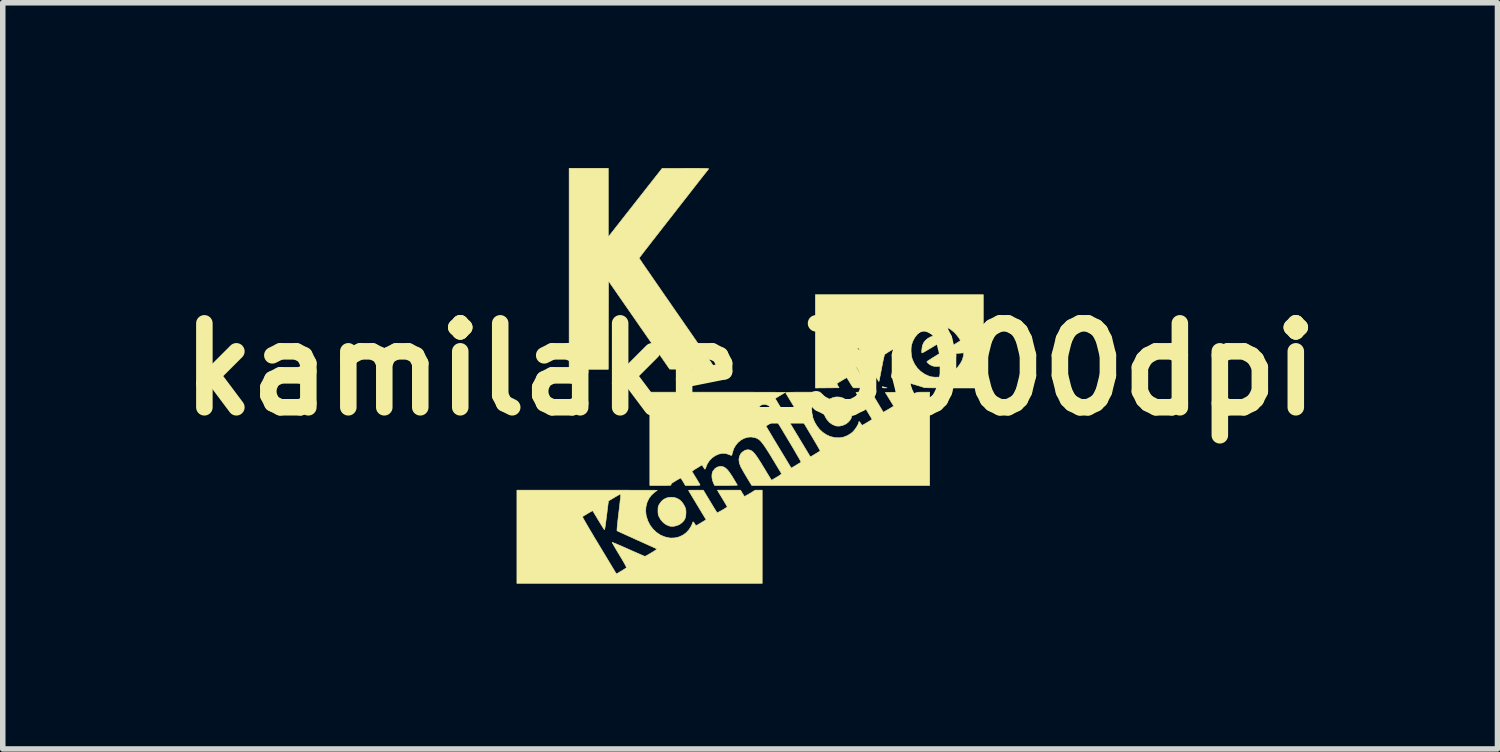
<source format=kicad_pcb>
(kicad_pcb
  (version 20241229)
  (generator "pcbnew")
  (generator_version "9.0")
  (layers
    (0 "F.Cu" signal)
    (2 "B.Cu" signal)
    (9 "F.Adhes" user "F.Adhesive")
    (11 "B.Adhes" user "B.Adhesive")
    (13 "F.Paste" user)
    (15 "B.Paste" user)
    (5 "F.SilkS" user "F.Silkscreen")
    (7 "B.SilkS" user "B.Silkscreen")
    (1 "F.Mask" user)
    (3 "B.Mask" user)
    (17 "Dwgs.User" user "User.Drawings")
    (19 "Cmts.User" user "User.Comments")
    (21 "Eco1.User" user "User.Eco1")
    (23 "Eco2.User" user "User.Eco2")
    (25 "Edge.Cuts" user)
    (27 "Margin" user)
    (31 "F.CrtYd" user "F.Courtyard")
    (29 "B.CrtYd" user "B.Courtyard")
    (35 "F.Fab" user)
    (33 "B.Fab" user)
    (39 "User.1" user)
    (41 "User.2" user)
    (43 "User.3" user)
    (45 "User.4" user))
  (footprint "kamilake_3000dpi"
    (layer "F.Cu")
    (at 10.566 3.654)
    (property "Reference" "kamilake_3000dpi" (at 0 0 0) (layer "F.SilkS") (effects (font (size 1.524 1.524) (thickness 0.3))))
    (attr through_hole)
    (fp_poly (pts (xy 2.43 0.321) (xy 2.444 0.325) (xy 2.485 0.337) (xy 2.445 0.338) (xy 2.421 0.337) (xy 2.404 0.332) (xy 2.4 0.33) (xy 2.397 0.319) (xy 2.407 0.316) (xy 2.43 0.321)) (stroke (width 0.01) (type solid)) (fill yes) (layer "F.SilkS"))
    (fp_poly (pts (xy -0.514 1.763) (xy -0.485 1.77) (xy -0.456 1.785) (xy -0.426 1.809) (xy -0.395 1.843) (xy -0.361 1.89) (xy -0.322 1.949) (xy -0.291 2.001) (xy -0.269 2.037) (xy -0.251 2.068) (xy -0.238 2.09) (xy -0.231 2.101) (xy -0.231 2.102) (xy -0.238 2.104) (xy -0.26 2.105) (xy -0.294 2.106) (xy -0.339 2.107) (xy -0.391 2.108) (xy -0.436 2.108) (xy -0.644 2.108) (xy -0.667 2.06) (xy -0.684 2.01) (xy -0.693 1.958) (xy -0.692 1.909) (xy -0.683 1.866) (xy -0.676 1.851) (xy -0.641 1.806) (xy -0.6 1.777) (xy -0.552 1.763) (xy -0.547 1.763) (xy -0.514 1.763)) (stroke (width 0.01) (type solid)) (fill yes) (layer "F.SilkS"))
    (fp_poly (pts (xy 3.426 -0.61) (xy 3.454 -0.603) (xy 3.484 -0.592) (xy 3.513 -0.578) (xy 3.535 -0.566) (xy 3.546 -0.555) (xy 3.547 -0.552) (xy 3.54 -0.546) (xy 3.521 -0.534) (xy 3.491 -0.515) (xy 3.454 -0.492) (xy 3.411 -0.465) (xy 3.364 -0.437) (xy 3.316 -0.408) (xy 3.269 -0.38) (xy 3.225 -0.354) (xy 3.186 -0.331) (xy 3.155 -0.313) (xy 3.134 -0.302) (xy 3.125 -0.298) (xy 3.119 -0.299) (xy 3.116 -0.309) (xy 3.116 -0.33) (xy 3.118 -0.362) (xy 3.127 -0.425) (xy 3.147 -0.477) (xy 3.179 -0.521) (xy 3.225 -0.56) (xy 3.23 -0.563) (xy 3.286 -0.593) (xy 3.346 -0.61) (xy 3.406 -0.613) (xy 3.426 -0.61)) (stroke (width 0.01) (type solid)) (fill yes) (layer "F.SilkS"))
    (fp_poly (pts (xy -1.381 2.325) (xy -1.322 2.344) (xy -1.269 2.377) (xy -1.224 2.426) (xy -1.192 2.479) (xy -1.178 2.51) (xy -1.169 2.535) (xy -1.165 2.562) (xy -1.164 2.597) (xy -1.164 2.608) (xy -1.168 2.662) (xy -1.179 2.705) (xy -1.199 2.743) (xy -1.232 2.779) (xy -1.232 2.78) (xy -1.277 2.814) (xy -1.33 2.837) (xy -1.386 2.85) (xy -1.44 2.85) (xy -1.46 2.846) (xy -1.521 2.822) (xy -1.575 2.783) (xy -1.621 2.731) (xy -1.647 2.686) (xy -1.66 2.659) (xy -1.668 2.634) (xy -1.671 2.606) (xy -1.672 2.569) (xy -1.672 2.565) (xy -1.671 2.528) (xy -1.669 2.501) (xy -1.662 2.479) (xy -1.651 2.455) (xy -1.647 2.448) (xy -1.609 2.395) (xy -1.562 2.357) (xy -1.506 2.332) (xy -1.447 2.322) (xy -1.381 2.325)) (stroke (width 0.01) (type solid)) (fill yes) (layer "F.SilkS"))
    (fp_poly (pts (xy 1.633 0.505) (xy 1.692 0.523) (xy 1.745 0.557) (xy 1.79 0.605) (xy 1.822 0.659) (xy 1.836 0.689) (xy 1.845 0.715) (xy 1.849 0.741) (xy 1.85 0.776) (xy 1.85 0.787) (xy 1.847 0.841) (xy 1.836 0.885) (xy 1.815 0.922) (xy 1.782 0.959) (xy 1.782 0.96) (xy 1.737 0.993) (xy 1.684 1.017) (xy 1.628 1.03) (xy 1.574 1.03) (xy 1.554 1.026) (xy 1.493 1.001) (xy 1.439 0.962) (xy 1.394 0.91) (xy 1.367 0.866) (xy 1.354 0.838) (xy 1.347 0.814) (xy 1.343 0.786) (xy 1.342 0.748) (xy 1.342 0.745) (xy 1.343 0.707) (xy 1.346 0.68) (xy 1.352 0.658) (xy 1.363 0.635) (xy 1.367 0.628) (xy 1.405 0.575) (xy 1.452 0.536) (xy 1.508 0.512) (xy 1.567 0.501) (xy 1.633 0.505)) (stroke (width 0.01) (type solid)) (fill yes) (layer "F.SilkS"))
    (fp_poly (pts (xy -2.574 -2.403) (xy -2.085 -3.026) (xy -1.596 -3.648) (xy -1.169 -3.649) (xy -1.073 -3.649) (xy -0.993 -3.649) (xy -0.927 -3.649) (xy -0.874 -3.648) (xy -0.832 -3.648) (xy -0.801 -3.647) (xy -0.779 -3.646) (xy -0.764 -3.644) (xy -0.756 -3.642) (xy -0.753 -3.64) (xy -0.753 -3.637) (xy -0.755 -3.634) (xy -0.764 -3.623) (xy -0.782 -3.6) (xy -0.809 -3.566) (xy -0.844 -3.522) (xy -0.886 -3.469) (xy -0.934 -3.408) (xy -0.987 -3.34) (xy -1.045 -3.265) (xy -1.107 -3.186) (xy -1.172 -3.102) (xy -1.24 -3.016) (xy -1.309 -2.927) (xy -1.379 -2.837) (xy -1.449 -2.747) (xy -1.519 -2.658) (xy -1.587 -2.571) (xy -1.652 -2.487) (xy -1.715 -2.406) (xy -1.774 -2.331) (xy -1.828 -2.261) (xy -1.877 -2.198) (xy -1.92 -2.143) (xy -1.955 -2.097) (xy -1.983 -2.06) (xy -2.003 -2.035) (xy -2.014 -2.021) (xy -2.015 -2.019) (xy -2.01 -2.011) (xy -1.996 -1.991) (xy -1.974 -1.958) (xy -1.944 -1.913) (xy -1.906 -1.858) (xy -1.861 -1.793) (xy -1.809 -1.718) (xy -1.752 -1.635) (xy -1.69 -1.545) (xy -1.622 -1.447) (xy -1.551 -1.344) (xy -1.475 -1.235) (xy -1.397 -1.121) (xy -1.321 -1.012) (xy -1.24 -0.895) (xy -1.161 -0.781) (xy -1.086 -0.673) (xy -1.015 -0.57) (xy -0.948 -0.472) (xy -0.886 -0.382) (xy -0.829 -0.3) (xy -0.778 -0.226) (xy -0.733 -0.161) (xy -0.696 -0.107) (xy -0.666 -0.063) (xy -0.644 -0.031) (xy -0.631 -0.011) (xy -0.627 -0.005) (xy -0.635 -0.004) (xy -0.658 -0.003) (xy -0.695 -0.002) (xy -0.745 -0.002) (xy -0.805 -0.002) (xy -0.873 -0.002) (xy -0.949 -0.002) (xy -1.031 -0.002) (xy -1.043 -0.002) (xy -1.46 -0.004) (xy -2.015 -0.803) (xy -2.57 -1.603) (xy -2.572 -0.801) (xy -2.574 0) (xy -3.285 0) (xy -3.285 -3.649) (xy -2.574 -3.649) (xy -2.574 -2.403)) (stroke (width 0.01) (type solid)) (fill yes) (layer "F.SilkS"))
    (fp_poly (pts (xy 4.233 0.339) (xy 3.696 0.339) (xy 3.602 0.339) (xy 3.514 0.338) (xy 3.432 0.338) (xy 3.358 0.337) (xy 3.293 0.336) (xy 3.24 0.335) (xy 3.199 0.334) (xy 3.171 0.333) (xy 3.159 0.332) (xy 3.158 0.332) (xy 3.15 0.328) (xy 3.128 0.32) (xy 3.093 0.309) (xy 3.047 0.295) (xy 2.992 0.279) (xy 2.93 0.26) (xy 2.862 0.241) (xy 2.862 0.241) (xy 2.781 0.218) (xy 2.716 0.199) (xy 2.664 0.183) (xy 2.625 0.171) (xy 2.597 0.161) (xy 2.579 0.153) (xy 2.568 0.147) (xy 2.565 0.143) (xy 2.567 0.131) (xy 2.571 0.105) (xy 2.578 0.067) (xy 2.587 0.018) (xy 2.597 -0.039) (xy 2.609 -0.102) (xy 2.616 -0.136) (xy 2.628 -0.201) (xy 2.639 -0.26) (xy 2.649 -0.312) (xy 2.651 -0.327) (xy 2.922 -0.327) (xy 2.927 -0.268) (xy 2.936 -0.214) (xy 2.945 -0.183) (xy 2.984 -0.097) (xy 3.036 -0.022) (xy 3.099 0.04) (xy 3.172 0.09) (xy 3.255 0.127) (xy 3.26 0.128) (xy 3.304 0.138) (xy 3.359 0.143) (xy 3.416 0.142) (xy 3.469 0.137) (xy 3.496 0.131) (xy 3.575 0.104) (xy 3.648 0.064) (xy 3.715 0.014) (xy 3.772 -0.043) (xy 3.819 -0.107) (xy 3.854 -0.174) (xy 3.873 -0.243) (xy 3.875 -0.257) (xy 3.88 -0.299) (xy 3.805 -0.293) (xy 3.758 -0.289) (xy 3.725 -0.285) (xy 3.702 -0.28) (xy 3.687 -0.272) (xy 3.677 -0.26) (xy 3.667 -0.242) (xy 3.661 -0.227) (xy 3.631 -0.179) (xy 3.591 -0.133) (xy 3.543 -0.095) (xy 3.494 -0.069) (xy 3.492 -0.068) (xy 3.443 -0.056) (xy 3.39 -0.051) (xy 3.34 -0.055) (xy 3.298 -0.066) (xy 3.298 -0.067) (xy 3.27 -0.082) (xy 3.243 -0.1) (xy 3.222 -0.118) (xy 3.21 -0.134) (xy 3.209 -0.138) (xy 3.216 -0.145) (xy 3.236 -0.159) (xy 3.268 -0.179) (xy 3.309 -0.206) (xy 3.36 -0.237) (xy 3.417 -0.273) (xy 3.479 -0.311) (xy 3.51 -0.329) (xy 3.575 -0.368) (xy 3.635 -0.405) (xy 3.689 -0.438) (xy 3.735 -0.467) (xy 3.772 -0.49) (xy 3.799 -0.507) (xy 3.813 -0.516) (xy 3.815 -0.518) (xy 3.814 -0.53) (xy 3.803 -0.552) (xy 3.784 -0.579) (xy 3.76 -0.611) (xy 3.733 -0.643) (xy 3.705 -0.673) (xy 3.705 -0.673) (xy 3.638 -0.727) (xy 3.561 -0.768) (xy 3.48 -0.792) (xy 3.401 -0.801) (xy 3.321 -0.794) (xy 3.243 -0.773) (xy 3.169 -0.74) (xy 3.101 -0.695) (xy 3.04 -0.641) (xy 2.99 -0.578) (xy 2.952 -0.508) (xy 2.929 -0.435) (xy 2.923 -0.385) (xy 2.922 -0.327) (xy 2.651 -0.327) (xy 2.656 -0.353) (xy 2.661 -0.384) (xy 2.664 -0.401) (xy 2.664 -0.404) (xy 2.656 -0.4) (xy 2.637 -0.39) (xy 2.61 -0.374) (xy 2.578 -0.355) (xy 2.543 -0.334) (xy 2.509 -0.314) (xy 2.48 -0.295) (xy 2.457 -0.28) (xy 2.444 -0.271) (xy 2.443 -0.27) (xy 2.438 -0.259) (xy 2.432 -0.233) (xy 2.423 -0.195) (xy 2.413 -0.148) (xy 2.402 -0.092) (xy 2.39 -0.032) (xy 2.388 -0.021) (xy 2.376 0.04) (xy 2.366 0.095) (xy 2.356 0.143) (xy 2.349 0.181) (xy 2.343 0.207) (xy 2.34 0.219) (xy 2.34 0.219) (xy 2.339 0.221) (xy 2.339 0.222) (xy 2.337 0.221) (xy 2.334 0.218) (xy 2.329 0.21) (xy 2.321 0.198) (xy 2.309 0.178) (xy 2.292 0.151) (xy 2.27 0.114) (xy 2.242 0.067) (xy 2.207 0.009) (xy 2.164 -0.063) (xy 2.151 -0.085) (xy 2.112 -0.149) (xy 2.076 -0.209) (xy 2.043 -0.263) (xy 2.016 -0.309) (xy 1.993 -0.346) (xy 1.977 -0.372) (xy 1.969 -0.386) (xy 1.968 -0.388) (xy 1.96 -0.385) (xy 1.941 -0.375) (xy 1.913 -0.359) (xy 1.879 -0.339) (xy 1.876 -0.337) (xy 1.832 -0.31) (xy 1.804 -0.29) (xy 1.791 -0.276) (xy 1.789 -0.271) (xy 1.794 -0.261) (xy 1.807 -0.238) (xy 1.827 -0.205) (xy 1.852 -0.161) (xy 1.883 -0.109) (xy 1.918 -0.051) (xy 1.956 0.012) (xy 1.972 0.038) (xy 2.151 0.334) (xy 2.018 0.337) (xy 1.971 0.337) (xy 1.931 0.337) (xy 1.899 0.337) (xy 1.88 0.336) (xy 1.875 0.335) (xy 1.867 0.327) (xy 1.853 0.307) (xy 1.834 0.278) (xy 1.813 0.244) (xy 1.812 0.242) (xy 1.792 0.208) (xy 1.774 0.18) (xy 1.761 0.16) (xy 1.755 0.152) (xy 1.754 0.152) (xy 1.745 0.156) (xy 1.725 0.167) (xy 1.698 0.183) (xy 1.667 0.201) (xy 1.636 0.22) (xy 1.608 0.237) (xy 1.587 0.251) (xy 1.576 0.259) (xy 1.575 0.261) (xy 1.579 0.27) (xy 1.589 0.289) (xy 1.595 0.3) (xy 1.615 0.335) (xy 1.185 0.339) (xy 1.185 -1.355) (xy 4.233 -1.355) (xy 4.233 0.339)) (stroke (width 0.01) (type solid)) (fill yes) (layer "F.SilkS"))
    (fp_poly (pts (xy -2.812 2.193) (xy -2.671 2.193) (xy -2.536 2.193) (xy -2.408 2.193) (xy -2.287 2.193) (xy -2.174 2.194) (xy -2.071 2.194) (xy -1.978 2.194) (xy -1.896 2.194) (xy -1.826 2.195) (xy -1.769 2.195) (xy -1.726 2.195) (xy -1.698 2.196) (xy -1.686 2.196) (xy -1.686 2.196) (xy -1.694 2.203) (xy -1.712 2.216) (xy -1.736 2.234) (xy -1.74 2.237) (xy -1.795 2.288) (xy -1.839 2.349) (xy -1.871 2.419) (xy -1.89 2.494) (xy -1.895 2.573) (xy -1.887 2.652) (xy -1.884 2.663) (xy -1.856 2.751) (xy -1.815 2.831) (xy -1.762 2.901) (xy -1.699 2.96) (xy -1.628 3.008) (xy -1.55 3.041) (xy -1.467 3.06) (xy -1.443 3.063) (xy -1.365 3.06) (xy -1.289 3.042) (xy -1.22 3.01) (xy -1.158 2.965) (xy -1.106 2.907) (xy -1.071 2.851) (xy -1.057 2.822) (xy -1.047 2.797) (xy -1.042 2.782) (xy -1.041 2.78) (xy -1.038 2.769) (xy -1.029 2.772) (xy -1.015 2.788) (xy -1.007 2.802) (xy -0.994 2.823) (xy -0.983 2.835) (xy -0.98 2.836) (xy -0.97 2.832) (xy -0.949 2.821) (xy -0.92 2.804) (xy -0.886 2.783) (xy -0.885 2.783) (xy -0.798 2.73) (xy -0.958 2.465) (xy -0.994 2.405) (xy -1.028 2.349) (xy -1.057 2.3) (xy -1.082 2.258) (xy -1.101 2.226) (xy -1.113 2.205) (xy -1.118 2.197) (xy -1.118 2.197) (xy -1.11 2.196) (xy -1.088 2.194) (xy -1.054 2.193) (xy -1.012 2.193) (xy -0.983 2.193) (xy -0.849 2.193) (xy -0.728 2.394) (xy -0.696 2.447) (xy -0.667 2.495) (xy -0.642 2.536) (xy -0.621 2.569) (xy -0.607 2.592) (xy -0.601 2.602) (xy -0.601 2.602) (xy -0.592 2.601) (xy -0.572 2.592) (xy -0.545 2.578) (xy -0.514 2.561) (xy -0.482 2.542) (xy -0.453 2.524) (xy -0.43 2.509) (xy -0.417 2.499) (xy -0.415 2.496) (xy -0.419 2.487) (xy -0.431 2.466) (xy -0.449 2.435) (xy -0.471 2.398) (xy -0.494 2.36) (xy -0.52 2.317) (xy -0.544 2.278) (xy -0.564 2.245) (xy -0.577 2.222) (xy -0.583 2.212) (xy -0.593 2.193) (xy -0.173 2.193) (xy -0.141 2.248) (xy -0.124 2.275) (xy -0.111 2.296) (xy -0.103 2.306) (xy -0.103 2.307) (xy -0.094 2.304) (xy -0.073 2.293) (xy -0.044 2.277) (xy -0.009 2.256) (xy -0.001 2.252) (xy 0.094 2.193) (xy 0.22 2.193) (xy 0.22 3.886) (xy -4.233 3.886) (xy -4.233 2.676) (xy -3.043 2.676) (xy -3.04 2.684) (xy -3.028 2.706) (xy -3.01 2.739) (xy -2.984 2.784) (xy -2.953 2.838) (xy -2.916 2.901) (xy -2.874 2.971) (xy -2.829 3.048) (xy -2.779 3.13) (xy -2.738 3.198) (xy -2.427 3.714) (xy -2.341 3.664) (xy -2.307 3.643) (xy -2.277 3.624) (xy -2.256 3.61) (xy -2.246 3.603) (xy -2.245 3.597) (xy -2.25 3.584) (xy -2.26 3.562) (xy -2.277 3.531) (xy -2.301 3.488) (xy -2.333 3.434) (xy -2.371 3.371) (xy -2.405 3.315) (xy -2.435 3.264) (xy -2.461 3.22) (xy -2.482 3.183) (xy -2.497 3.157) (xy -2.504 3.143) (xy -2.504 3.141) (xy -2.496 3.142) (xy -2.475 3.151) (xy -2.441 3.164) (xy -2.397 3.183) (xy -2.344 3.205) (xy -2.284 3.232) (xy -2.22 3.26) (xy -2.21 3.265) (xy -2.144 3.294) (xy -2.083 3.321) (xy -2.028 3.345) (xy -1.981 3.365) (xy -1.945 3.381) (xy -1.92 3.391) (xy -1.908 3.395) (xy -1.908 3.395) (xy -1.898 3.391) (xy -1.875 3.379) (xy -1.845 3.362) (xy -1.808 3.34) (xy -1.791 3.33) (xy -1.75 3.305) (xy -1.722 3.287) (xy -1.704 3.274) (xy -1.696 3.266) (xy -1.696 3.26) (xy -1.701 3.256) (xy -1.704 3.255) (xy -1.715 3.249) (xy -1.741 3.237) (xy -1.778 3.22) (xy -1.826 3.199) (xy -1.883 3.173) (xy -1.947 3.144) (xy -2.016 3.113) (xy -2.066 3.091) (xy -2.137 3.058) (xy -2.204 3.028) (xy -2.264 3.001) (xy -2.317 2.977) (xy -2.36 2.957) (xy -2.392 2.942) (xy -2.411 2.933) (xy -2.416 2.93) (xy -2.416 2.92) (xy -2.415 2.896) (xy -2.412 2.858) (xy -2.407 2.809) (xy -2.401 2.751) (xy -2.394 2.685) (xy -2.385 2.613) (xy -2.383 2.596) (xy -2.374 2.523) (xy -2.366 2.456) (xy -2.36 2.396) (xy -2.354 2.345) (xy -2.35 2.305) (xy -2.348 2.277) (xy -2.348 2.264) (xy -2.348 2.264) (xy -2.356 2.266) (xy -2.377 2.276) (xy -2.406 2.292) (xy -2.442 2.313) (xy -2.462 2.325) (xy -2.571 2.39) (xy -2.604 2.656) (xy -2.614 2.732) (xy -2.622 2.794) (xy -2.629 2.841) (xy -2.634 2.875) (xy -2.639 2.897) (xy -2.643 2.909) (xy -2.646 2.911) (xy -2.647 2.91) (xy -2.654 2.9) (xy -2.668 2.878) (xy -2.688 2.845) (xy -2.713 2.805) (xy -2.741 2.759) (xy -2.756 2.735) (xy -2.784 2.687) (xy -2.81 2.645) (xy -2.831 2.61) (xy -2.847 2.584) (xy -2.856 2.57) (xy -2.857 2.567) (xy -2.865 2.57) (xy -2.884 2.58) (xy -2.91 2.595) (xy -2.941 2.613) (xy -2.972 2.632) (xy -3.002 2.65) (xy -3.026 2.664) (xy -3.04 2.674) (xy -3.043 2.676) (xy -4.233 2.676) (xy -4.233 2.193) (xy -2.958 2.193) (xy -2.812 2.193)) (stroke (width 0.01) (type solid)) (fill yes) (layer "F.SilkS"))
    (fp_poly (pts (xy -0.45 0.415) (xy -0.312 0.415) (xy -0.179 0.415) (xy -0.054 0.415) (xy 0.065 0.415) (xy 0.174 0.416) (xy 0.275 0.416) (xy 0.365 0.416) (xy 0.444 0.416) (xy 0.51 0.417) (xy 0.563 0.417) (xy 0.603 0.417) (xy 0.627 0.418) (xy 0.635 0.418) (xy 0.628 0.424) (xy 0.609 0.436) (xy 0.582 0.453) (xy 0.548 0.473) (xy 0.546 0.474) (xy 0.512 0.495) (xy 0.484 0.512) (xy 0.465 0.525) (xy 0.457 0.531) (xy 0.457 0.531) (xy 0.461 0.539) (xy 0.474 0.56) (xy 0.494 0.593) (xy 0.52 0.637) (xy 0.553 0.691) (xy 0.59 0.754) (xy 0.633 0.825) (xy 0.679 0.902) (xy 0.729 0.984) (xy 0.776 1.062) (xy 1.095 1.59) (xy 1.18 1.539) (xy 1.214 1.518) (xy 1.243 1.5) (xy 1.264 1.488) (xy 1.273 1.482) (xy 1.269 1.474) (xy 1.258 1.452) (xy 1.239 1.419) (xy 1.214 1.374) (xy 1.182 1.32) (xy 1.145 1.257) (xy 1.103 1.187) (xy 1.057 1.11) (xy 1.008 1.028) (xy 0.965 0.956) (xy 0.913 0.87) (xy 0.864 0.789) (xy 0.818 0.712) (xy 0.776 0.643) (xy 0.738 0.58) (xy 0.706 0.527) (xy 0.68 0.484) (xy 0.661 0.452) (xy 0.649 0.432) (xy 0.646 0.425) (xy 0.648 0.423) (xy 0.658 0.42) (xy 0.677 0.418) (xy 0.706 0.417) (xy 0.747 0.416) (xy 0.8 0.415) (xy 0.868 0.415) (xy 0.952 0.415) (xy 1.269 0.415) (xy 1.229 0.456) (xy 1.185 0.512) (xy 1.151 0.579) (xy 1.13 0.64) (xy 1.119 0.718) (xy 1.122 0.797) (xy 1.139 0.877) (xy 1.169 0.954) (xy 1.211 1.026) (xy 1.262 1.091) (xy 1.323 1.147) (xy 1.391 1.191) (xy 1.456 1.22) (xy 1.54 1.24) (xy 1.622 1.243) (xy 1.699 1.23) (xy 1.772 1.201) (xy 1.84 1.157) (xy 1.863 1.137) (xy 1.888 1.11) (xy 1.914 1.076) (xy 1.938 1.04) (xy 1.958 1.005) (xy 1.97 0.976) (xy 1.973 0.96) (xy 1.976 0.949) (xy 1.986 0.952) (xy 1.999 0.968) (xy 2.008 0.982) (xy 2.02 1.002) (xy 2.031 1.014) (xy 2.034 1.016) (xy 2.044 1.012) (xy 2.065 1) (xy 2.094 0.984) (xy 2.128 0.963) (xy 2.129 0.963) (xy 2.216 0.909) (xy 2.069 0.666) (xy 2.034 0.608) (xy 2.002 0.555) (xy 1.974 0.508) (xy 1.951 0.47) (xy 1.934 0.441) (xy 1.924 0.423) (xy 1.922 0.419) (xy 1.93 0.418) (xy 1.952 0.416) (xy 1.986 0.416) (xy 2.028 0.415) (xy 2.061 0.415) (xy 2.2 0.415) (xy 2.308 0.595) (xy 2.338 0.644) (xy 2.364 0.689) (xy 2.387 0.727) (xy 2.404 0.755) (xy 2.415 0.773) (xy 2.418 0.778) (xy 2.426 0.775) (xy 2.445 0.764) (xy 2.473 0.748) (xy 2.508 0.728) (xy 2.513 0.725) (xy 2.607 0.668) (xy 2.531 0.544) (xy 2.455 0.419) (xy 2.604 0.417) (xy 2.659 0.416) (xy 2.7 0.416) (xy 2.732 0.417) (xy 2.759 0.42) (xy 2.785 0.424) (xy 2.813 0.431) (xy 2.846 0.441) (xy 2.938 0.467) (xy 2.984 0.441) (xy 3.002 0.43) (xy 3.019 0.423) (xy 3.036 0.419) (xy 3.058 0.416) (xy 3.088 0.415) (xy 3.131 0.415) (xy 3.144 0.415) (xy 3.26 0.415) (xy 3.26 2.108) (xy 1.645 2.108) (xy 0.03 2.108) (xy -0.061 1.958) (xy -0.09 1.909) (xy -0.118 1.861) (xy -0.142 1.818) (xy -0.162 1.783) (xy -0.174 1.759) (xy -0.175 1.757) (xy -0.196 1.695) (xy -0.203 1.637) (xy -0.194 1.583) (xy -0.172 1.536) (xy -0.142 1.503) (xy -0.097 1.473) (xy -0.052 1.46) (xy -0.007 1.464) (xy -0.005 1.465) (xy 0.018 1.474) (xy 0.041 1.489) (xy 0.065 1.512) (xy 0.092 1.543) (xy 0.123 1.585) (xy 0.158 1.638) (xy 0.2 1.704) (xy 0.232 1.757) (xy 0.265 1.81) (xy 0.295 1.861) (xy 0.322 1.905) (xy 0.345 1.942) (xy 0.361 1.969) (xy 0.37 1.983) (xy 0.389 2.014) (xy 0.482 1.959) (xy 0.521 1.935) (xy 0.547 1.918) (xy 0.562 1.905) (xy 0.569 1.896) (xy 0.568 1.889) (xy 0.561 1.879) (xy 0.548 1.856) (xy 0.527 1.822) (xy 0.501 1.779) (xy 0.471 1.729) (xy 0.438 1.674) (xy 0.417 1.64) (xy 0.366 1.555) (xy 0.321 1.484) (xy 0.283 1.425) (xy 0.25 1.377) (xy 0.221 1.338) (xy 0.196 1.308) (xy 0.172 1.284) (xy 0.149 1.267) (xy 0.126 1.254) (xy 0.101 1.244) (xy 0.086 1.239) (xy 0.021 1.228) (xy -0.044 1.233) (xy -0.107 1.252) (xy -0.166 1.284) (xy -0.219 1.328) (xy -0.263 1.381) (xy -0.298 1.443) (xy -0.32 1.513) (xy -0.322 1.518) (xy -0.328 1.546) (xy -0.334 1.56) (xy -0.342 1.563) (xy -0.346 1.562) (xy -0.394 1.543) (xy -0.432 1.531) (xy -0.465 1.526) (xy -0.497 1.526) (xy -0.505 1.526) (xy -0.57 1.539) (xy -0.632 1.567) (xy -0.689 1.607) (xy -0.738 1.657) (xy -0.776 1.715) (xy -0.791 1.749) (xy -0.803 1.784) (xy -0.812 1.805) (xy -0.819 1.813) (xy -0.826 1.809) (xy -0.836 1.794) (xy -0.845 1.78) (xy -0.872 1.736) (xy -0.965 1.792) (xy -1 1.813) (xy -1.028 1.832) (xy -1.047 1.845) (xy -1.055 1.853) (xy -1.055 1.853) (xy -1.05 1.862) (xy -1.037 1.882) (xy -1.019 1.912) (xy -0.997 1.949) (xy -0.982 1.972) (xy -0.958 2.012) (xy -0.937 2.047) (xy -0.921 2.075) (xy -0.911 2.092) (xy -0.908 2.097) (xy -0.91 2.101) (xy -0.919 2.104) (xy -0.937 2.106) (xy -0.968 2.108) (xy -1.013 2.108) (xy -1.04 2.108) (xy -1.175 2.108) (xy -1.215 2.04) (xy -1.233 2.011) (xy -1.248 1.988) (xy -1.257 1.975) (xy -1.26 1.973) (xy -1.268 1.977) (xy -1.289 1.988) (xy -1.318 2.004) (xy -1.352 2.024) (xy -1.352 2.025) (xy -1.39 2.048) (xy -1.415 2.064) (xy -1.43 2.076) (xy -1.435 2.086) (xy -1.435 2.092) (xy -1.434 2.097) (xy -1.436 2.101) (xy -1.444 2.104) (xy -1.458 2.106) (xy -1.482 2.107) (xy -1.517 2.108) (xy -1.564 2.108) (xy -1.625 2.108) (xy -1.82 2.108) (xy -1.82 1.029) (xy 0.289 1.029) (xy 0.293 1.037) (xy 0.305 1.057) (xy 0.324 1.09) (xy 0.349 1.132) (xy 0.38 1.184) (xy 0.415 1.244) (xy 0.455 1.31) (xy 0.498 1.381) (xy 0.517 1.412) (xy 0.747 1.793) (xy 0.833 1.742) (xy 0.867 1.721) (xy 0.896 1.704) (xy 0.917 1.691) (xy 0.925 1.685) (xy 0.922 1.677) (xy 0.911 1.656) (xy 0.894 1.624) (xy 0.87 1.583) (xy 0.841 1.534) (xy 0.809 1.478) (xy 0.774 1.418) (xy 0.737 1.356) (xy 0.698 1.291) (xy 0.66 1.228) (xy 0.623 1.166) (xy 0.589 1.109) (xy 0.557 1.056) (xy 0.529 1.011) (xy 0.506 0.974) (xy 0.489 0.948) (xy 0.479 0.934) (xy 0.478 0.932) (xy 0.471 0.928) (xy 0.46 0.93) (xy 0.443 0.937) (xy 0.416 0.952) (xy 0.379 0.974) (xy 0.346 0.995) (xy 0.317 1.012) (xy 0.298 1.024) (xy 0.289 1.029) (xy 0.289 1.029) (xy -1.82 1.029) (xy -1.82 0.794) (xy 0.122 0.794) (xy 0.136 0.837) (xy 0.162 0.875) (xy 0.198 0.902) (xy 0.216 0.91) (xy 0.248 0.92) (xy 0.272 0.921) (xy 0.297 0.915) (xy 0.311 0.91) (xy 0.354 0.885) (xy 0.383 0.851) (xy 0.398 0.808) (xy 0.4 0.777) (xy 0.392 0.732) (xy 0.372 0.694) (xy 0.341 0.664) (xy 0.303 0.644) (xy 0.261 0.636) (xy 0.217 0.643) (xy 0.209 0.646) (xy 0.178 0.666) (xy 0.15 0.695) (xy 0.129 0.728) (xy 0.122 0.75) (xy 0.122 0.794) (xy -1.82 0.794) (xy -1.82 0.415) (xy -0.593 0.415) (xy -0.45 0.415)) (stroke (width 0.01) (type solid)) (fill yes) (layer "F.SilkS")))
  (gr_rect
    (start -3 -3)
    (end 24.133 10.545)
    (stroke (width 0.1) (type default))
    (fill no)
    (layer "Edge.Cuts")))
</source>
